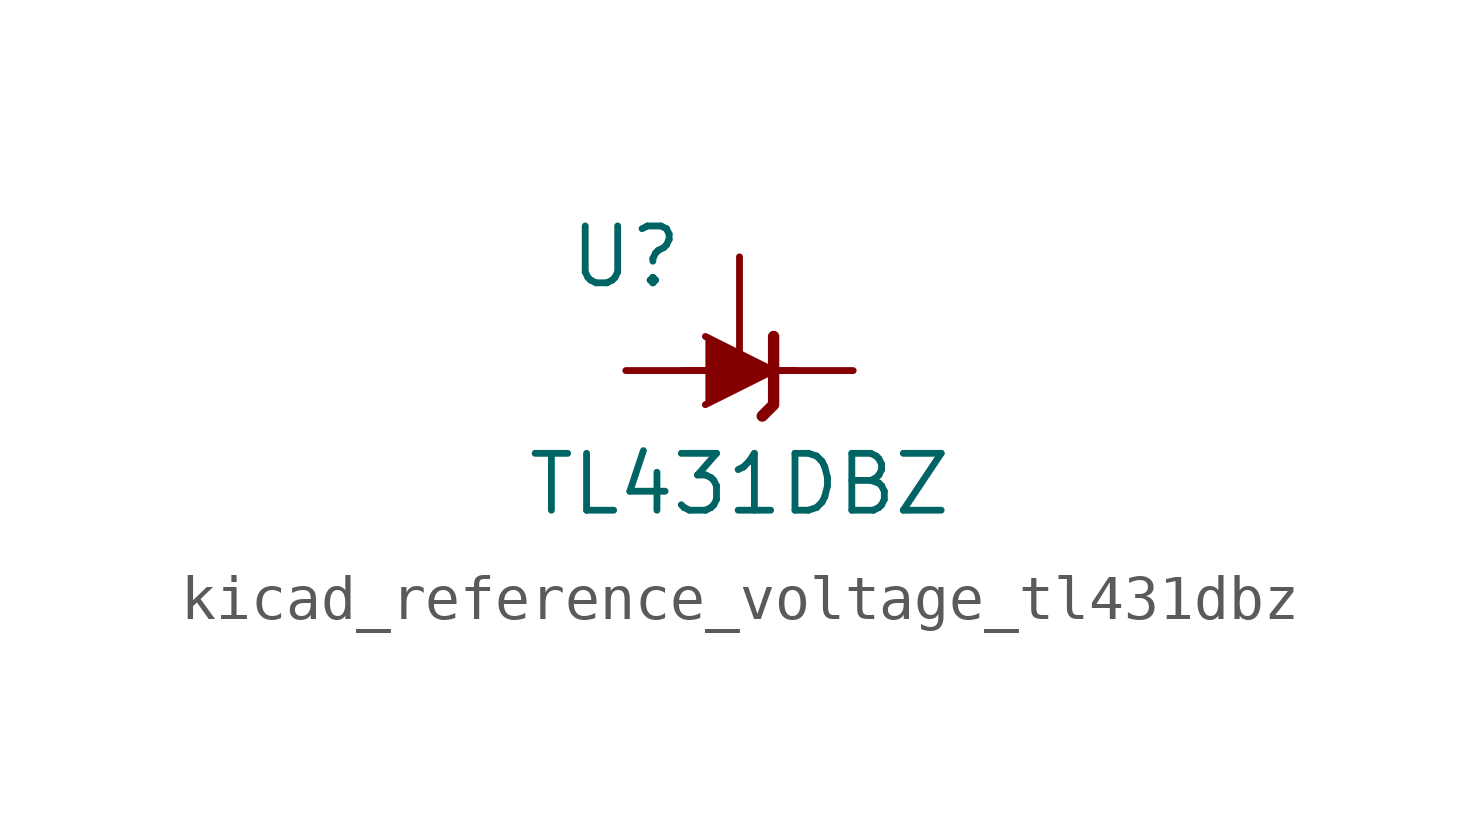
<source format=kicad_sym>
(kicad_symbol_lib
  (version 20220914)
  (generator kicad_symbol_editor)
  (symbol "kicad_reference_voltage_tl431dbz"
    (pin_numbers hide)
    (pin_names hide)
    (property "Reference" "U"
      (at -2.54 2.54 0)
      (effects (font (size 1.27 1.27))))
    (property "Value" "TL431DBZ"
      (at 0 -2.54 0)
      (effects (font (size 1.27 1.27))))
    (symbol "kicad_reference_voltage_tl431dbz_0_1"
      (polyline (pts (xy -1.27 0) (xy 0 0) (xy 1.27 0)) (stroke (width 0) (type default)) (fill (type none)))
      (polyline (pts (xy -0.762 0.762) (xy 0.762 0) (xy -0.762 -0.762)) (stroke (width 0) (type default)) (fill (type outline)))
      (polyline (pts (xy 0.508 -1.016) (xy 0.762 -0.762) (xy 0.762 0.762) (xy 0.762 0.762)) (stroke (width 0.254) (type default)) (fill (type none))))
    (symbol "kicad_reference_voltage_tl431dbz_1_1"
      (pin passive line (at 2.54 0 180) (length 2.54) (name "K" (effects (font (size 1.27 1.27)))) (number "1" (effects (font (size 1.27 1.27)))))
      (pin passive line (at 0 2.54 270) (length 2.54) (name "REF" (effects (font (size 1.27 1.27)))) (number "2" (effects (font (size 1.27 1.27)))))
      (pin passive line (at -2.54 0 0) (length 2.54) (name "A" (effects (font (size 1.27 1.27)))) (number "3" (effects (font (size 1.27 1.27))))))))
</source>
